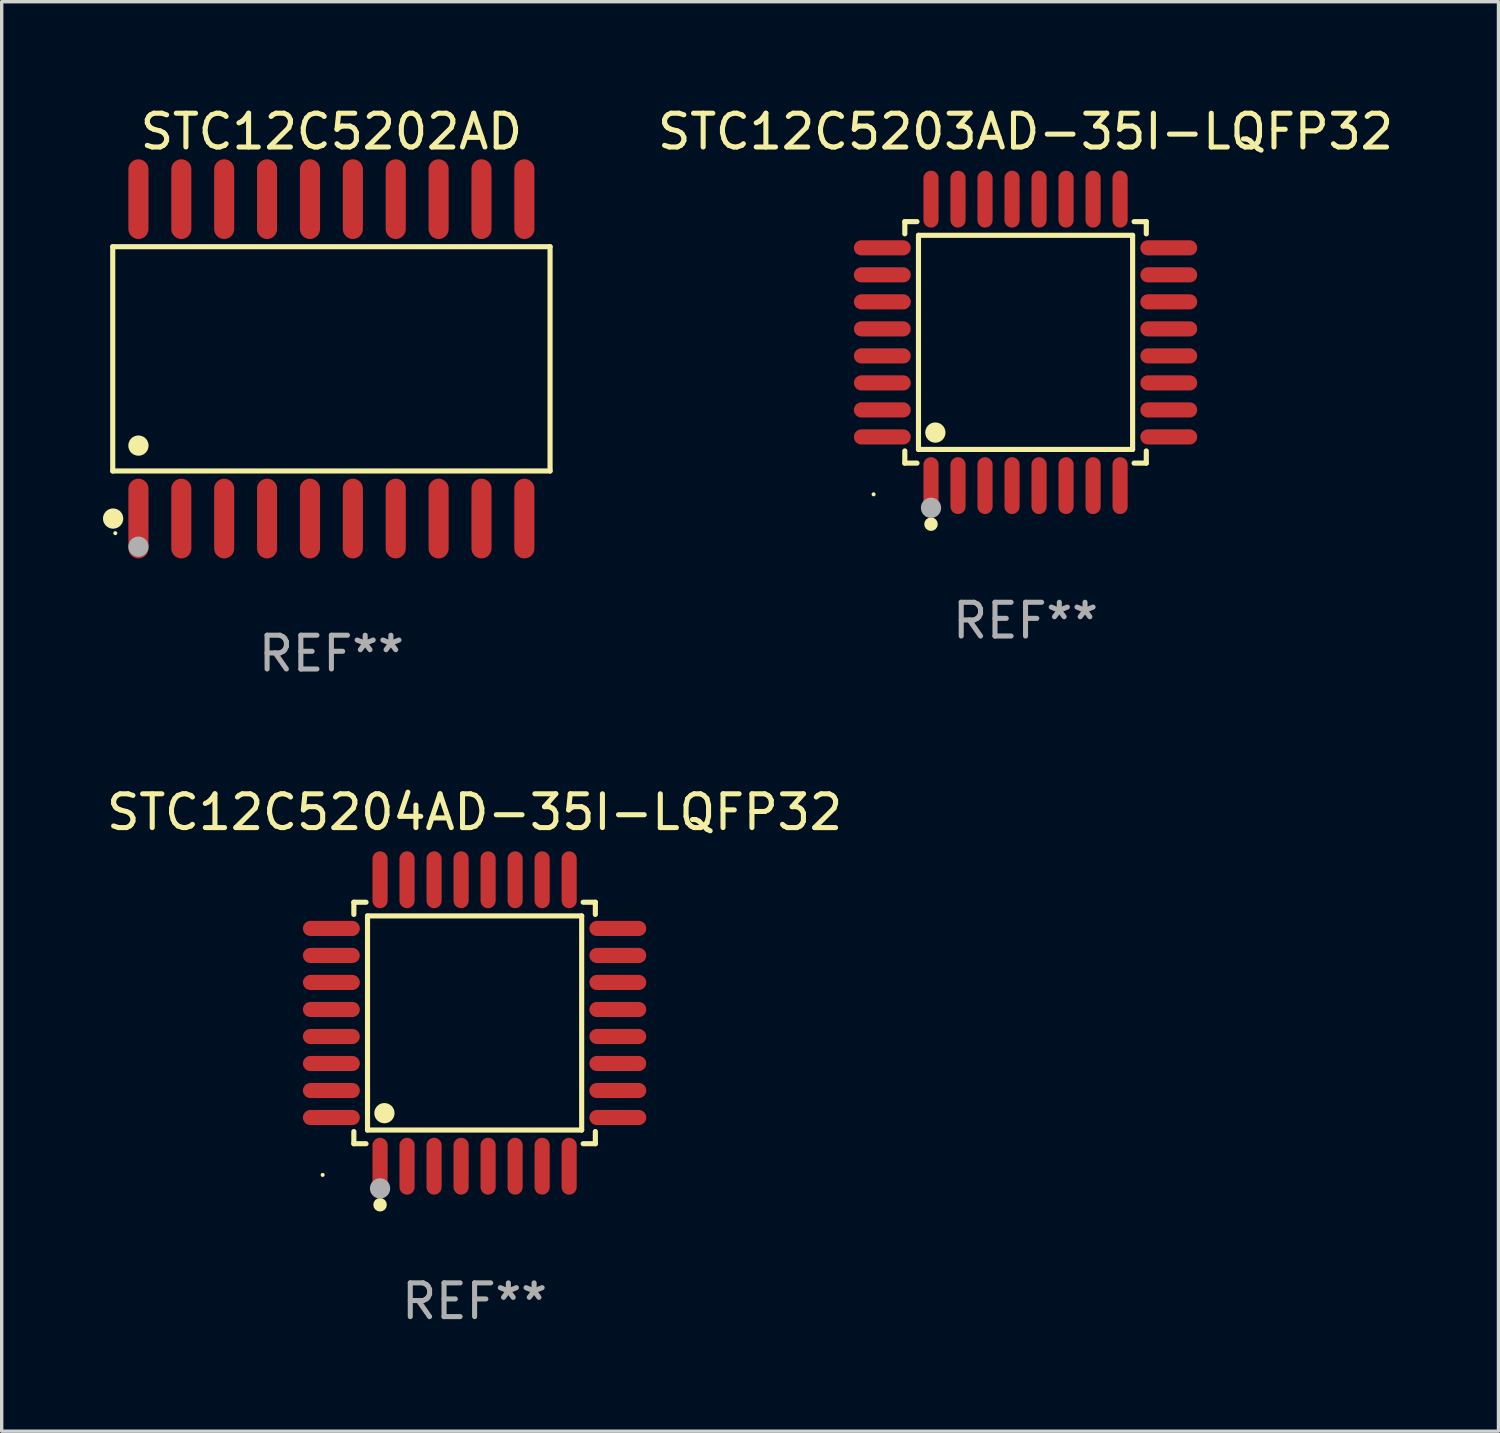
<source format=kicad_pcb>
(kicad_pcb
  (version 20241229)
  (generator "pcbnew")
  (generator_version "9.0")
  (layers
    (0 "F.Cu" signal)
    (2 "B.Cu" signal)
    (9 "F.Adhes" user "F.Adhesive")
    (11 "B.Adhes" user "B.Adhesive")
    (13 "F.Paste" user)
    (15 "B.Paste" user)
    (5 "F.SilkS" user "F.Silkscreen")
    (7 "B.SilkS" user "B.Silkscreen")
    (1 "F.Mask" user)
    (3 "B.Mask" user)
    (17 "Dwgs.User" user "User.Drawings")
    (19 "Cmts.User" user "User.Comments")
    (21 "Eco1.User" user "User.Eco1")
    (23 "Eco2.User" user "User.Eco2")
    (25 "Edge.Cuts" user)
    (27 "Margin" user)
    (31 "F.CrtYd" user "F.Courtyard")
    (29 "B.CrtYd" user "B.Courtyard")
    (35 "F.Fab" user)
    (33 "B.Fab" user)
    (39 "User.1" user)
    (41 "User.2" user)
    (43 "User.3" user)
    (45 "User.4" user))
  (footprint "STC12C5203AD-35I-LQFP32"
    (layer "F.Cu")
    (at 27.323 7.09)
    (property "Reference" "STC12C5203AD-35I-LQFP32" (at 0 -6.242 0) (layer "F.SilkS") (effects (font (size 1 1) (thickness 0.15))))
    (attr through_hole)
    (fp_line (start -3.576 -3.576) (end -3.215 -3.576) (stroke (width 0.152) (type solid)) (layer "F.SilkS"))
    (fp_line (start -3.576 -3.215) (end -3.576 -3.576) (stroke (width 0.152) (type solid)) (layer "F.SilkS"))
    (fp_line (start -3.576 3.215) (end -3.576 3.576) (stroke (width 0.152) (type solid)) (layer "F.SilkS"))
    (fp_line (start -3.576 3.576) (end -3.215 3.576) (stroke (width 0.152) (type solid)) (layer "F.SilkS"))
    (fp_line (start -3.171 -3.171) (end 3.171 -3.171) (stroke (width 0.152) (type solid)) (layer "F.SilkS"))
    (fp_line (start -3.171 3.171) (end -3.171 -3.171) (stroke (width 0.152) (type solid)) (layer "F.SilkS"))
    (fp_line (start 3.171 -3.171) (end 3.171 3.171) (stroke (width 0.152) (type solid)) (layer "F.SilkS"))
    (fp_line (start 3.171 3.171) (end -3.171 3.171) (stroke (width 0.152) (type solid)) (layer "F.SilkS"))
    (fp_line (start 3.576 -3.576) (end 3.215 -3.576) (stroke (width 0.152) (type solid)) (layer "F.SilkS"))
    (fp_line (start 3.576 -3.215) (end 3.576 -3.576) (stroke (width 0.152) (type solid)) (layer "F.SilkS"))
    (fp_line (start 3.576 3.215) (end 3.576 3.576) (stroke (width 0.152) (type solid)) (layer "F.SilkS"))
    (fp_line (start 3.576 3.576) (end 3.215 3.576) (stroke (width 0.152) (type solid)) (layer "F.SilkS"))
    (fp_circle (center -4.5 4.5) (end -4.47 4.5) (stroke (width 0.06) (type solid)) (fill no) (layer "F.SilkS"))
    (fp_circle (center -2.8 5.384) (end -2.7 5.384) (stroke (width 0.2) (type solid)) (fill no) (layer "F.SilkS"))
    (fp_circle (center -2.671 2.671) (end -2.521 2.671) (stroke (width 0.3) (type solid)) (fill no) (layer "F.SilkS"))
    (fp_circle (center -2.8 4.9) (end -2.65 4.9) (stroke (width 0.3) (type solid)) (fill no) (layer "F.Fab"))
    (fp_text user "REF**" (at 0 8.242 0) (layer "F.Fab") (effects (font (size 1 1) (thickness 0.15))))
    (pad "1" smd oval (at -2.8 4.242) (size 0.448 1.684) (layers "F.Cu" "F.Mask" "F.Paste"))
    (pad "2" smd oval (at -2 4.242) (size 0.448 1.684) (layers "F.Cu" "F.Mask" "F.Paste"))
    (pad "3" smd oval (at -1.2 4.242) (size 0.448 1.684) (layers "F.Cu" "F.Mask" "F.Paste"))
    (pad "4" smd oval (at -0.4 4.242) (size 0.448 1.684) (layers "F.Cu" "F.Mask" "F.Paste"))
    (pad "5" smd oval (at 0.4 4.242) (size 0.448 1.684) (layers "F.Cu" "F.Mask" "F.Paste"))
    (pad "6" smd oval (at 1.2 4.242) (size 0.448 1.684) (layers "F.Cu" "F.Mask" "F.Paste"))
    (pad "7" smd oval (at 2 4.242) (size 0.448 1.684) (layers "F.Cu" "F.Mask" "F.Paste"))
    (pad "8" smd oval (at 2.8 4.242) (size 0.448 1.684) (layers "F.Cu" "F.Mask" "F.Paste"))
    (pad "9" smd oval (at 4.242 2.8) (size 1.684 0.448) (layers "F.Cu" "F.Mask" "F.Paste"))
    (pad "10" smd oval (at 4.242 2) (size 1.684 0.448) (layers "F.Cu" "F.Mask" "F.Paste"))
    (pad "11" smd oval (at 4.242 1.2) (size 1.684 0.448) (layers "F.Cu" "F.Mask" "F.Paste"))
    (pad "12" smd oval (at 4.242 0.4) (size 1.684 0.448) (layers "F.Cu" "F.Mask" "F.Paste"))
    (pad "13" smd oval (at 4.242 -0.4) (size 1.684 0.448) (layers "F.Cu" "F.Mask" "F.Paste"))
    (pad "14" smd oval (at 4.242 -1.2) (size 1.684 0.448) (layers "F.Cu" "F.Mask" "F.Paste"))
    (pad "15" smd oval (at 4.242 -2) (size 1.684 0.448) (layers "F.Cu" "F.Mask" "F.Paste"))
    (pad "16" smd oval (at 4.242 -2.8) (size 1.684 0.448) (layers "F.Cu" "F.Mask" "F.Paste"))
    (pad "17" smd oval (at 2.8 -4.242) (size 0.448 1.684) (layers "F.Cu" "F.Mask" "F.Paste"))
    (pad "18" smd oval (at 2 -4.242) (size 0.448 1.684) (layers "F.Cu" "F.Mask" "F.Paste"))
    (pad "19" smd oval (at 1.2 -4.242) (size 0.448 1.684) (layers "F.Cu" "F.Mask" "F.Paste"))
    (pad "20" smd oval (at 0.4 -4.242) (size 0.448 1.684) (layers "F.Cu" "F.Mask" "F.Paste"))
    (pad "21" smd oval (at -0.4 -4.242) (size 0.448 1.684) (layers "F.Cu" "F.Mask" "F.Paste"))
    (pad "22" smd oval (at -1.2 -4.242) (size 0.448 1.684) (layers "F.Cu" "F.Mask" "F.Paste"))
    (pad "23" smd oval (at -2 -4.242) (size 0.448 1.684) (layers "F.Cu" "F.Mask" "F.Paste"))
    (pad "24" smd oval (at -2.8 -4.242) (size 0.448 1.684) (layers "F.Cu" "F.Mask" "F.Paste"))
    (pad "25" smd oval (at -4.242 -2.8) (size 1.684 0.448) (layers "F.Cu" "F.Mask" "F.Paste"))
    (pad "26" smd oval (at -4.242 -2) (size 1.684 0.448) (layers "F.Cu" "F.Mask" "F.Paste"))
    (pad "27" smd oval (at -4.242 -1.2) (size 1.684 0.448) (layers "F.Cu" "F.Mask" "F.Paste"))
    (pad "28" smd oval (at -4.242 -0.4) (size 1.684 0.448) (layers "F.Cu" "F.Mask" "F.Paste"))
    (pad "29" smd oval (at -4.242 0.4) (size 1.684 0.448) (layers "F.Cu" "F.Mask" "F.Paste"))
    (pad "30" smd oval (at -4.242 1.2) (size 1.684 0.448) (layers "F.Cu" "F.Mask" "F.Paste"))
    (pad "31" smd oval (at -4.242 2) (size 1.684 0.448) (layers "F.Cu" "F.Mask" "F.Paste"))
    (pad "32" smd oval (at -4.242 2.8) (size 1.684 0.448) (layers "F.Cu" "F.Mask" "F.Paste")))
  (footprint "STC12C5202AD"
    (layer "F.Cu")
    (at 6.765 7.578)
    (property "Reference" "STC12C5202AD" (at 0 -6.73 0) (layer "F.SilkS") (effects (font (size 1 1) (thickness 0.15))))
    (attr through_hole)
    (fp_line (start -6.476 -3.321) (end 6.476 -3.321) (stroke (width 0.152) (type solid)) (layer "F.SilkS"))
    (fp_line (start -6.476 3.321) (end -6.476 -3.321) (stroke (width 0.152) (type solid)) (layer "F.SilkS"))
    (fp_line (start 6.476 -3.321) (end 6.476 3.321) (stroke (width 0.152) (type solid)) (layer "F.SilkS"))
    (fp_line (start 6.476 3.321) (end -6.476 3.321) (stroke (width 0.152) (type solid)) (layer "F.SilkS"))
    (fp_circle (center -6.465 4.73) (end -6.315 4.73) (stroke (width 0.3) (type solid)) (fill no) (layer "F.SilkS"))
    (fp_circle (center -6.4 5.163) (end -6.37 5.163) (stroke (width 0.06) (type solid)) (fill no) (layer "F.SilkS"))
    (fp_circle (center -5.715 2.569) (end -5.565 2.569) (stroke (width 0.3) (type solid)) (fill no) (layer "F.SilkS"))
    (fp_circle (center -5.715 5.563) (end -5.565 5.563) (stroke (width 0.3) (type solid)) (fill no) (layer "F.Fab"))
    (fp_text user "REF**" (at 0 8.73 0) (layer "F.Fab") (effects (font (size 1 1) (thickness 0.15))))
    (pad "1" smd oval (at -5.715 4.73) (size 0.595 2.36) (layers "F.Cu" "F.Mask" "F.Paste"))
    (pad "2" smd oval (at -4.445 4.73) (size 0.595 2.36) (layers "F.Cu" "F.Mask" "F.Paste"))
    (pad "3" smd oval (at -3.175 4.73) (size 0.595 2.36) (layers "F.Cu" "F.Mask" "F.Paste"))
    (pad "4" smd oval (at -1.905 4.73) (size 0.595 2.36) (layers "F.Cu" "F.Mask" "F.Paste"))
    (pad "5" smd oval (at -0.635 4.73) (size 0.595 2.36) (layers "F.Cu" "F.Mask" "F.Paste"))
    (pad "6" smd oval (at 0.635 4.73) (size 0.595 2.36) (layers "F.Cu" "F.Mask" "F.Paste"))
    (pad "7" smd oval (at 1.905 4.73) (size 0.595 2.36) (layers "F.Cu" "F.Mask" "F.Paste"))
    (pad "8" smd oval (at 3.175 4.73) (size 0.595 2.36) (layers "F.Cu" "F.Mask" "F.Paste"))
    (pad "9" smd oval (at 4.445 4.73) (size 0.595 2.36) (layers "F.Cu" "F.Mask" "F.Paste"))
    (pad "10" smd oval (at 5.715 4.73) (size 0.595 2.36) (layers "F.Cu" "F.Mask" "F.Paste"))
    (pad "11" smd oval (at 5.715 -4.73) (size 0.595 2.36) (layers "F.Cu" "F.Mask" "F.Paste"))
    (pad "12" smd oval (at 4.445 -4.73) (size 0.595 2.36) (layers "F.Cu" "F.Mask" "F.Paste"))
    (pad "13" smd oval (at 3.175 -4.73) (size 0.595 2.36) (layers "F.Cu" "F.Mask" "F.Paste"))
    (pad "14" smd oval (at 1.905 -4.73) (size 0.595 2.36) (layers "F.Cu" "F.Mask" "F.Paste"))
    (pad "15" smd oval (at 0.635 -4.73) (size 0.595 2.36) (layers "F.Cu" "F.Mask" "F.Paste"))
    (pad "16" smd oval (at -0.635 -4.73) (size 0.595 2.36) (layers "F.Cu" "F.Mask" "F.Paste"))
    (pad "17" smd oval (at -1.905 -4.73) (size 0.595 2.36) (layers "F.Cu" "F.Mask" "F.Paste"))
    (pad "18" smd oval (at -3.175 -4.73) (size 0.595 2.36) (layers "F.Cu" "F.Mask" "F.Paste"))
    (pad "19" smd oval (at -4.445 -4.73) (size 0.595 2.36) (layers "F.Cu" "F.Mask" "F.Paste"))
    (pad "20" smd oval (at -5.715 -4.73) (size 0.595 2.36) (layers "F.Cu" "F.Mask" "F.Paste")))
  (footprint "STC12C5204AD-35I-LQFP32"
    (layer "F.Cu")
    (at 11.006 27.247)
    (property "Reference" "STC12C5204AD-35I-LQFP32" (at 0 -6.242 0) (layer "F.SilkS") (effects (font (size 1 1) (thickness 0.15))))
    (attr through_hole)
    (fp_line (start -3.576 -3.576) (end -3.215 -3.576) (stroke (width 0.152) (type solid)) (layer "F.SilkS"))
    (fp_line (start -3.576 -3.215) (end -3.576 -3.576) (stroke (width 0.152) (type solid)) (layer "F.SilkS"))
    (fp_line (start -3.576 3.215) (end -3.576 3.576) (stroke (width 0.152) (type solid)) (layer "F.SilkS"))
    (fp_line (start -3.576 3.576) (end -3.215 3.576) (stroke (width 0.152) (type solid)) (layer "F.SilkS"))
    (fp_line (start -3.171 -3.171) (end 3.171 -3.171) (stroke (width 0.152) (type solid)) (layer "F.SilkS"))
    (fp_line (start -3.171 3.171) (end -3.171 -3.171) (stroke (width 0.152) (type solid)) (layer "F.SilkS"))
    (fp_line (start 3.171 -3.171) (end 3.171 3.171) (stroke (width 0.152) (type solid)) (layer "F.SilkS"))
    (fp_line (start 3.171 3.171) (end -3.171 3.171) (stroke (width 0.152) (type solid)) (layer "F.SilkS"))
    (fp_line (start 3.576 -3.576) (end 3.215 -3.576) (stroke (width 0.152) (type solid)) (layer "F.SilkS"))
    (fp_line (start 3.576 -3.215) (end 3.576 -3.576) (stroke (width 0.152) (type solid)) (layer "F.SilkS"))
    (fp_line (start 3.576 3.215) (end 3.576 3.576) (stroke (width 0.152) (type solid)) (layer "F.SilkS"))
    (fp_line (start 3.576 3.576) (end 3.215 3.576) (stroke (width 0.152) (type solid)) (layer "F.SilkS"))
    (fp_circle (center -4.5 4.5) (end -4.47 4.5) (stroke (width 0.06) (type solid)) (fill no) (layer "F.SilkS"))
    (fp_circle (center -2.8 5.384) (end -2.7 5.384) (stroke (width 0.2) (type solid)) (fill no) (layer "F.SilkS"))
    (fp_circle (center -2.671 2.671) (end -2.521 2.671) (stroke (width 0.3) (type solid)) (fill no) (layer "F.SilkS"))
    (fp_circle (center -2.8 4.9) (end -2.65 4.9) (stroke (width 0.3) (type solid)) (fill no) (layer "F.Fab"))
    (fp_text user "REF**" (at 0 8.242 0) (layer "F.Fab") (effects (font (size 1 1) (thickness 0.15))))
    (pad "1" smd oval (at -2.8 4.242) (size 0.448 1.684) (layers "F.Cu" "F.Mask" "F.Paste"))
    (pad "2" smd oval (at -2 4.242) (size 0.448 1.684) (layers "F.Cu" "F.Mask" "F.Paste"))
    (pad "3" smd oval (at -1.2 4.242) (size 0.448 1.684) (layers "F.Cu" "F.Mask" "F.Paste"))
    (pad "4" smd oval (at -0.4 4.242) (size 0.448 1.684) (layers "F.Cu" "F.Mask" "F.Paste"))
    (pad "5" smd oval (at 0.4 4.242) (size 0.448 1.684) (layers "F.Cu" "F.Mask" "F.Paste"))
    (pad "6" smd oval (at 1.2 4.242) (size 0.448 1.684) (layers "F.Cu" "F.Mask" "F.Paste"))
    (pad "7" smd oval (at 2 4.242) (size 0.448 1.684) (layers "F.Cu" "F.Mask" "F.Paste"))
    (pad "8" smd oval (at 2.8 4.242) (size 0.448 1.684) (layers "F.Cu" "F.Mask" "F.Paste"))
    (pad "9" smd oval (at 4.242 2.8) (size 1.684 0.448) (layers "F.Cu" "F.Mask" "F.Paste"))
    (pad "10" smd oval (at 4.242 2) (size 1.684 0.448) (layers "F.Cu" "F.Mask" "F.Paste"))
    (pad "11" smd oval (at 4.242 1.2) (size 1.684 0.448) (layers "F.Cu" "F.Mask" "F.Paste"))
    (pad "12" smd oval (at 4.242 0.4) (size 1.684 0.448) (layers "F.Cu" "F.Mask" "F.Paste"))
    (pad "13" smd oval (at 4.242 -0.4) (size 1.684 0.448) (layers "F.Cu" "F.Mask" "F.Paste"))
    (pad "14" smd oval (at 4.242 -1.2) (size 1.684 0.448) (layers "F.Cu" "F.Mask" "F.Paste"))
    (pad "15" smd oval (at 4.242 -2) (size 1.684 0.448) (layers "F.Cu" "F.Mask" "F.Paste"))
    (pad "16" smd oval (at 4.242 -2.8) (size 1.684 0.448) (layers "F.Cu" "F.Mask" "F.Paste"))
    (pad "17" smd oval (at 2.8 -4.242) (size 0.448 1.684) (layers "F.Cu" "F.Mask" "F.Paste"))
    (pad "18" smd oval (at 2 -4.242) (size 0.448 1.684) (layers "F.Cu" "F.Mask" "F.Paste"))
    (pad "19" smd oval (at 1.2 -4.242) (size 0.448 1.684) (layers "F.Cu" "F.Mask" "F.Paste"))
    (pad "20" smd oval (at 0.4 -4.242) (size 0.448 1.684) (layers "F.Cu" "F.Mask" "F.Paste"))
    (pad "21" smd oval (at -0.4 -4.242) (size 0.448 1.684) (layers "F.Cu" "F.Mask" "F.Paste"))
    (pad "22" smd oval (at -1.2 -4.242) (size 0.448 1.684) (layers "F.Cu" "F.Mask" "F.Paste"))
    (pad "23" smd oval (at -2 -4.242) (size 0.448 1.684) (layers "F.Cu" "F.Mask" "F.Paste"))
    (pad "24" smd oval (at -2.8 -4.242) (size 0.448 1.684) (layers "F.Cu" "F.Mask" "F.Paste"))
    (pad "25" smd oval (at -4.242 -2.8) (size 1.684 0.448) (layers "F.Cu" "F.Mask" "F.Paste"))
    (pad "26" smd oval (at -4.242 -2) (size 1.684 0.448) (layers "F.Cu" "F.Mask" "F.Paste"))
    (pad "27" smd oval (at -4.242 -1.2) (size 1.684 0.448) (layers "F.Cu" "F.Mask" "F.Paste"))
    (pad "28" smd oval (at -4.242 -0.4) (size 1.684 0.448) (layers "F.Cu" "F.Mask" "F.Paste"))
    (pad "29" smd oval (at -4.242 0.4) (size 1.684 0.448) (layers "F.Cu" "F.Mask" "F.Paste"))
    (pad "30" smd oval (at -4.242 1.2) (size 1.684 0.448) (layers "F.Cu" "F.Mask" "F.Paste"))
    (pad "31" smd oval (at -4.242 2) (size 1.684 0.448) (layers "F.Cu" "F.Mask" "F.Paste"))
    (pad "32" smd oval (at -4.242 2.8) (size 1.684 0.448) (layers "F.Cu" "F.Mask" "F.Paste")))
  (gr_rect
    (start -3 -3)
    (end 41.329 39.337)
    (stroke (width 0.1) (type default))
    (fill no)
    (layer "Edge.Cuts")))
</source>
